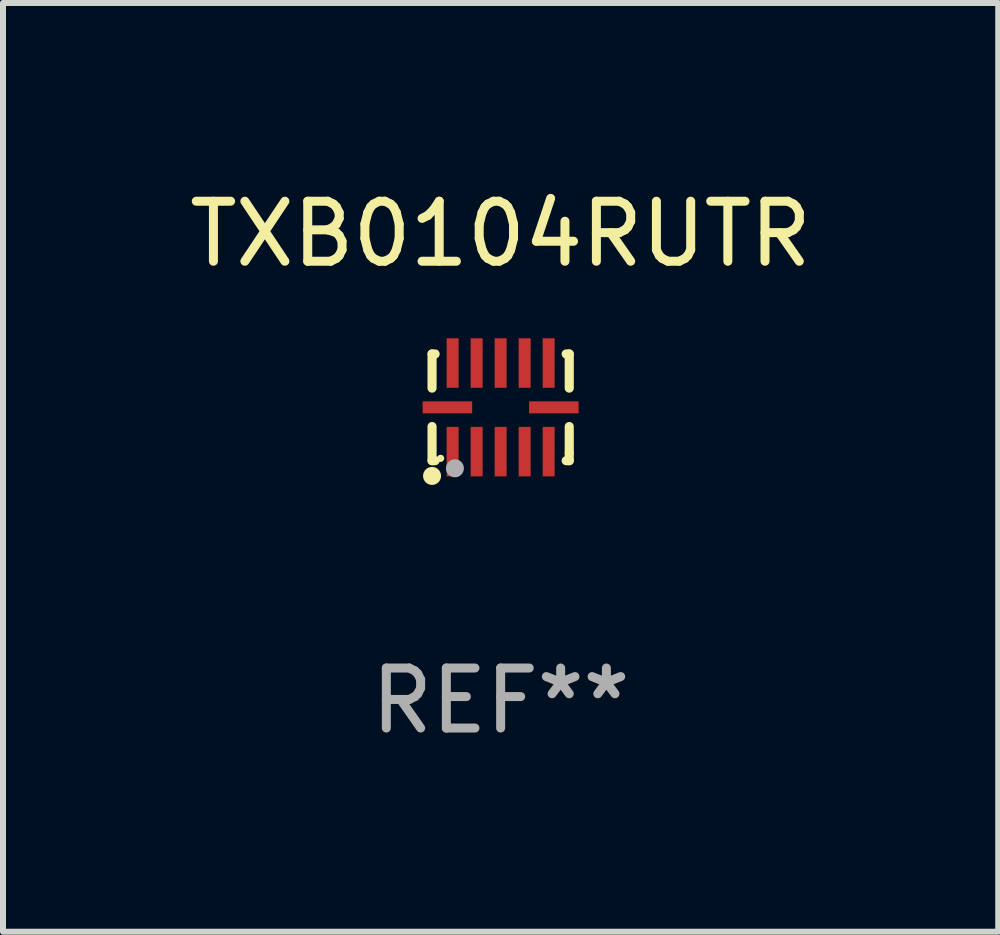
<source format=kicad_pcb>
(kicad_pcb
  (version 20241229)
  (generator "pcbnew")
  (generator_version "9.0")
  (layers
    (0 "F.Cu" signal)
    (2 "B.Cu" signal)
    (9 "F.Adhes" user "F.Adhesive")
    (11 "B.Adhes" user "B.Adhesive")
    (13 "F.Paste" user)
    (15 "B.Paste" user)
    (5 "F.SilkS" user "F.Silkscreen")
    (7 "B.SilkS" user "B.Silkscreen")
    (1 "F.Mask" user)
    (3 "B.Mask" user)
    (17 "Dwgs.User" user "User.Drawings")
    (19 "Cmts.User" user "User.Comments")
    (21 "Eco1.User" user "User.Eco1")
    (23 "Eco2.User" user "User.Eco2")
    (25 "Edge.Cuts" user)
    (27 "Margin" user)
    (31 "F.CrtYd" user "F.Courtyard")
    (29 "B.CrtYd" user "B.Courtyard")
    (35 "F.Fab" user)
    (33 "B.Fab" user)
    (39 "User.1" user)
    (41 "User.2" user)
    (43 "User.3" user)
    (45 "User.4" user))
  (footprint "TXB0104RUTR"
    (layer "F.Cu")
    (at 5.292 3.737)
    (property "Reference" "TXB0104RUTR" (at 0 -2.889 0) (layer "F.SilkS") (effects (font (size 1 1) (thickness 0.15))))
    (attr through_hole)
    (fp_line (start -1.143 -0.889) (end -1.143 -0.32) (stroke (width 0.152) (type solid)) (layer "F.SilkS"))
    (fp_line (start -1.143 0.32) (end -1.143 0.889) (stroke (width 0.152) (type solid)) (layer "F.SilkS"))
    (fp_line (start -1.143 0.889) (end -1.092 0.889) (stroke (width 0.152) (type solid)) (layer "F.SilkS"))
    (fp_line (start -1.092 -0.889) (end -1.143 -0.889) (stroke (width 0.152) (type solid)) (layer "F.SilkS"))
    (fp_line (start 1.092 0.889) (end 1.143 0.889) (stroke (width 0.152) (type solid)) (layer "F.SilkS"))
    (fp_line (start 1.143 -0.889) (end 1.092 -0.889) (stroke (width 0.152) (type solid)) (layer "F.SilkS"))
    (fp_line (start 1.143 -0.32) (end 1.143 -0.889) (stroke (width 0.152) (type solid)) (layer "F.SilkS"))
    (fp_line (start 1.143 0.762) (end 1.143 0.32) (stroke (width 0.152) (type solid)) (layer "F.SilkS"))
    (fp_line (start 1.143 0.889) (end 1.143 0.762) (stroke (width 0.152) (type solid)) (layer "F.SilkS"))
    (fp_circle (center -1.143 1.143) (end -1.068 1.143) (stroke (width 0.15) (type solid)) (fill no) (layer "F.SilkS"))
    (fp_circle (center -1 0.85) (end -0.97 0.85) (stroke (width 0.06) (type solid)) (fill no) (layer "F.SilkS"))
    (fp_circle (center -0.762 1.016) (end -0.687 1.016) (stroke (width 0.15) (type solid)) (fill no) (layer "F.Fab"))
    (fp_text user "REF**" (at 0 4.889 0) (layer "F.Fab") (effects (font (size 1 1) (thickness 0.15))))
    (pad "1" smd rect (at -0.8 0.738) (size 0.2 0.825) (layers "F.Cu" "F.Mask" "F.Paste"))
    (pad "2" smd rect (at -0.4 0.738) (size 0.2 0.825) (layers "F.Cu" "F.Mask" "F.Paste"))
    (pad "3" smd rect (at 0 0.738) (size 0.2 0.825) (layers "F.Cu" "F.Mask" "F.Paste"))
    (pad "4" smd rect (at 0.4 0.738) (size 0.2 0.825) (layers "F.Cu" "F.Mask" "F.Paste"))
    (pad "5" smd rect (at 0.8 0.738) (size 0.2 0.825) (layers "F.Cu" "F.Mask" "F.Paste"))
    (pad "6" smd rect (at 0.887 0) (size 0.825 0.2) (layers "F.Cu" "F.Mask" "F.Paste"))
    (pad "7" smd rect (at 0.8 -0.738) (size 0.2 0.825) (layers "F.Cu" "F.Mask" "F.Paste"))
    (pad "8" smd rect (at 0.4 -0.738) (size 0.2 0.825) (layers "F.Cu" "F.Mask" "F.Paste"))
    (pad "9" smd rect (at 0 -0.738) (size 0.2 0.825) (layers "F.Cu" "F.Mask" "F.Paste"))
    (pad "10" smd rect (at -0.4 -0.738) (size 0.2 0.825) (layers "F.Cu" "F.Mask" "F.Paste"))
    (pad "11" smd rect (at -0.8 -0.738) (size 0.2 0.825) (layers "F.Cu" "F.Mask" "F.Paste"))
    (pad "12" smd rect (at -0.887 0) (size 0.825 0.2) (layers "F.Cu" "F.Mask" "F.Paste")))
  (gr_rect
    (start -3 -3)
    (end 13.583 12.475)
    (stroke (width 0.1) (type default))
    (fill no)
    (layer "Edge.Cuts")))
</source>
